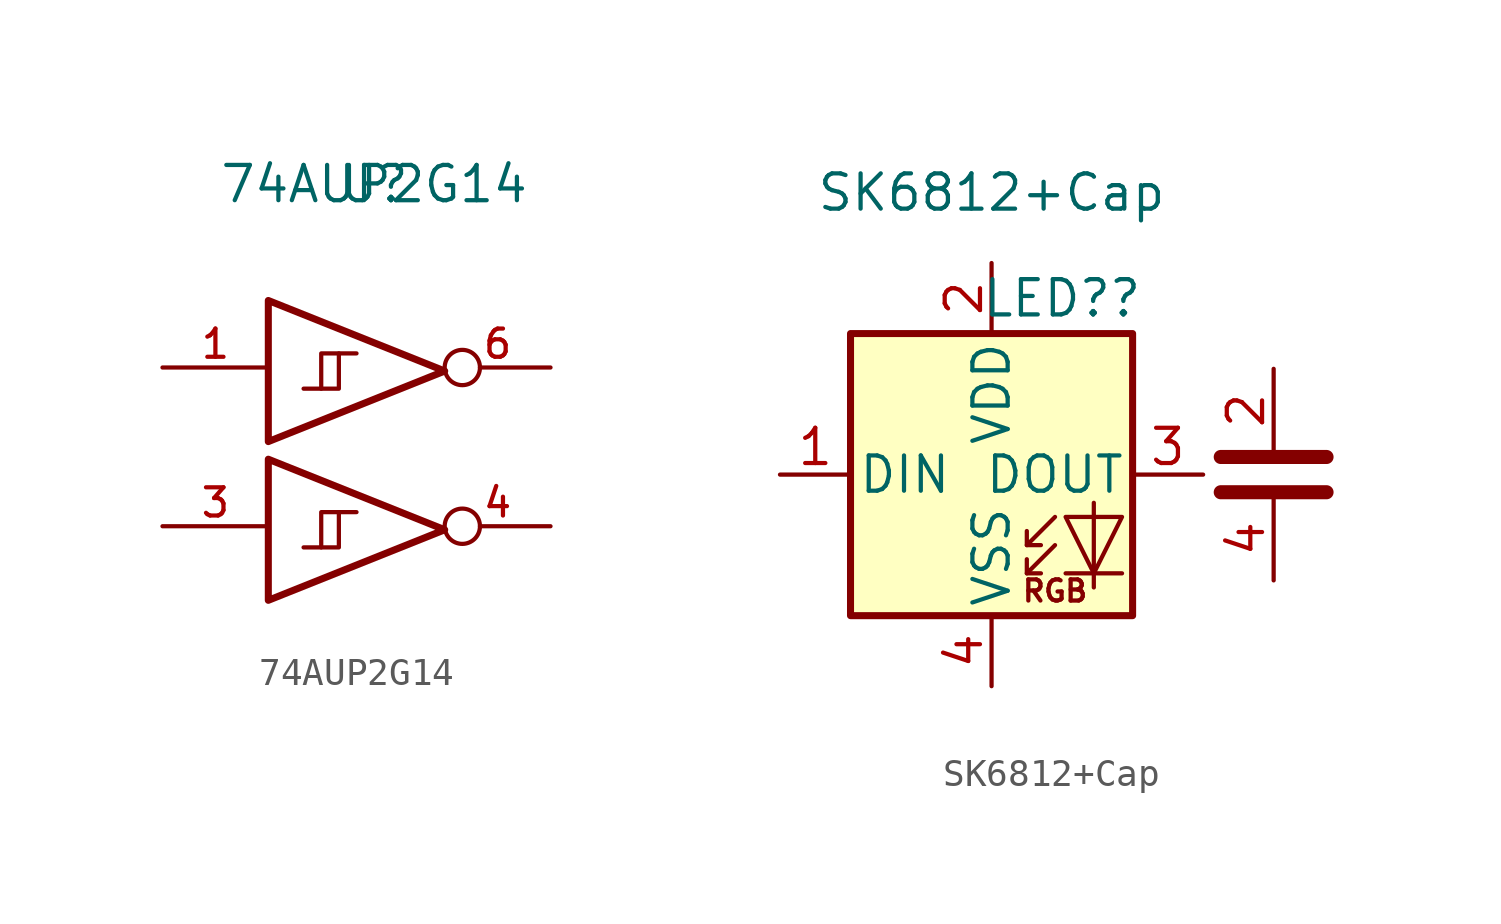
<source format=kicad_sym>
(kicad_symbol_lib
  (version 20211014)
  (generator kicad_symbol_editor)
  (symbol "74AUP2G14"
    (property "Reference" "U"
      (at 0 9.144 0)
      (effects (font (size 1.27 1.27))))
    (property "Value" "74AUP2G14"
      (at 0 9.144 0)
      (effects (font (size 1.27 1.27))))
    (symbol "74AUP2G14_0_1"
      (polyline (pts (xy -1.905 -3.937) (xy -1.27 -3.937) (xy -1.27 -2.667)) (stroke (width 0) (type default) (color 0 0 0 0)) (fill (type none)))
      (polyline (pts (xy -1.905 1.778) (xy -1.27 1.778) (xy -1.27 3.048)) (stroke (width 0) (type default) (color 0 0 0 0)) (fill (type none)))
      (polyline (pts (xy -3.81 -0.762) (xy -3.81 -5.842) (xy 2.54 -3.302) (xy -3.81 -0.762)) (stroke (width 0.254) (type default) (color 0 0 0 0)) (fill (type none)))
      (polyline (pts (xy -3.81 4.953) (xy -3.81 -0.127) (xy 2.54 2.413) (xy -3.81 4.953)) (stroke (width 0.254) (type default) (color 0 0 0 0)) (fill (type none)))
      (polyline (pts (xy -2.54 -3.937) (xy -1.905 -3.937) (xy -1.905 -2.667) (xy -0.635 -2.667)) (stroke (width 0) (type default) (color 0 0 0 0)) (fill (type none)))
      (polyline (pts (xy -2.54 1.778) (xy -1.905 1.778) (xy -1.905 3.048) (xy -0.635 3.048)) (stroke (width 0) (type default) (color 0 0 0 0)) (fill (type none))))
    (symbol "74AUP2G14_1_1"
      (pin input line (at -7.62 2.54 0) (length 3.81) (name "~" (effects (font (size 1.016 1.016)))) (number "1" (effects (font (size 1.016 1.016)))))
      (pin power_in line (at 0 -4.445 270) (length 0) hide (name "GND" (effects (font (size 1.016 1.016)))) (number "2" (effects (font (size 1.016 1.016)))))
      (pin input line (at -7.62 -3.175 0) (length 3.81) (name "~" (effects (font (size 1.016 1.016)))) (number "3" (effects (font (size 1.016 1.016)))))
      (pin output inverted (at 6.35 -3.175 180) (length 3.81) (name "~" (effects (font (size 1.016 1.016)))) (number "4" (effects (font (size 1.016 1.016)))))
      (pin power_in line (at 0 3.81 90) (length 0) hide (name "VCC" (effects (font (size 1.016 1.016)))) (number "5" (effects (font (size 1.016 1.016)))))
      (pin output inverted (at 6.35 2.54 180) (length 3.81) (name "~" (effects (font (size 1.016 1.016)))) (number "6" (effects (font (size 1.016 1.016)))))))
  (symbol "SK6812+Cap"
    (pin_names
      (offset 0.254))
    (property "Reference" "LED?"
      (at 2.54 6.35 0)
      (effects (font (size 1.27 1.27))))
    (property "Value" "SK6812+Cap"
      (at 0 10.16 0)
      (effects (font (size 1.27 1.27))))
    (symbol "SK6812+Cap_0_0"
      (text "RGB" (at 2.286 -4.191 0) (effects (font (size 0.762 0.762)))))
    (symbol "SK6812+Cap_0_1"
      (polyline (pts (xy 1.27 -3.556) (xy 1.778 -3.556)) (stroke (width 0) (type default) (color 0 0 0 0)) (fill (type none)))
      (polyline (pts (xy 1.27 -2.54) (xy 1.778 -2.54)) (stroke (width 0) (type default) (color 0 0 0 0)) (fill (type none)))
      (polyline (pts (xy 4.699 -3.556) (xy 2.667 -3.556)) (stroke (width 0) (type default) (color 0 0 0 0)) (fill (type none)))
      (polyline (pts (xy 8.255 -0.635) (xy 12.065 -0.635)) (stroke (width 0.508) (type default) (color 0 0 0 0)) (fill (type none)))
      (polyline (pts (xy 8.255 0.635) (xy 12.065 0.635)) (stroke (width 0.508) (type default) (color 0 0 0 0)) (fill (type none)))
      (polyline (pts (xy 2.286 -2.54) (xy 1.27 -3.556) (xy 1.27 -3.048)) (stroke (width 0) (type default) (color 0 0 0 0)) (fill (type none)))
      (polyline (pts (xy 2.286 -1.524) (xy 1.27 -2.54) (xy 1.27 -2.032)) (stroke (width 0) (type default) (color 0 0 0 0)) (fill (type none)))
      (polyline (pts (xy 3.683 -1.016) (xy 3.683 -3.556) (xy 3.683 -4.064)) (stroke (width 0) (type default) (color 0 0 0 0)) (fill (type none)))
      (polyline (pts (xy 4.699 -1.524) (xy 2.667 -1.524) (xy 3.683 -3.556) (xy 4.699 -1.524)) (stroke (width 0) (type default) (color 0 0 0 0)) (fill (type none)))
      (rectangle (start 5.08 5.08) (end -5.08 -5.08) (stroke (width 0.254) (type default) (color 0 0 0 0)) (fill (type background))))
    (symbol "SK6812+Cap_1_1"
      (pin input line (at -7.62 0 0) (length 2.54) (name "DIN" (effects (font (size 1.27 1.27)))) (number "1" (effects (font (size 1.27 1.27)))))
      (pin power_in line (at 0 7.62 270) (length 2.54) (name "VDD" (effects (font (size 1.27 1.27)))) (number "2" (effects (font (size 1.27 1.27)))))
      (pin power_in line (at 10.16 3.81 270) (length 3) (name "~" (effects (font (size 1.27 1.27)))) (number "2" (effects (font (size 1.27 1.27)))))
      (pin output line (at 7.62 0 180) (length 2.54) (name "DOUT" (effects (font (size 1.27 1.27)))) (number "3" (effects (font (size 1.27 1.27)))))
      (pin power_in line (at 0 -7.62 90) (length 2.54) (name "VSS" (effects (font (size 1.27 1.27)))) (number "4" (effects (font (size 1.27 1.27)))))
      (pin power_in line (at 10.16 -3.81 90) (length 3) (name "~" (effects (font (size 1.27 1.27)))) (number "4" (effects (font (size 1.27 1.27))))))))
</source>
